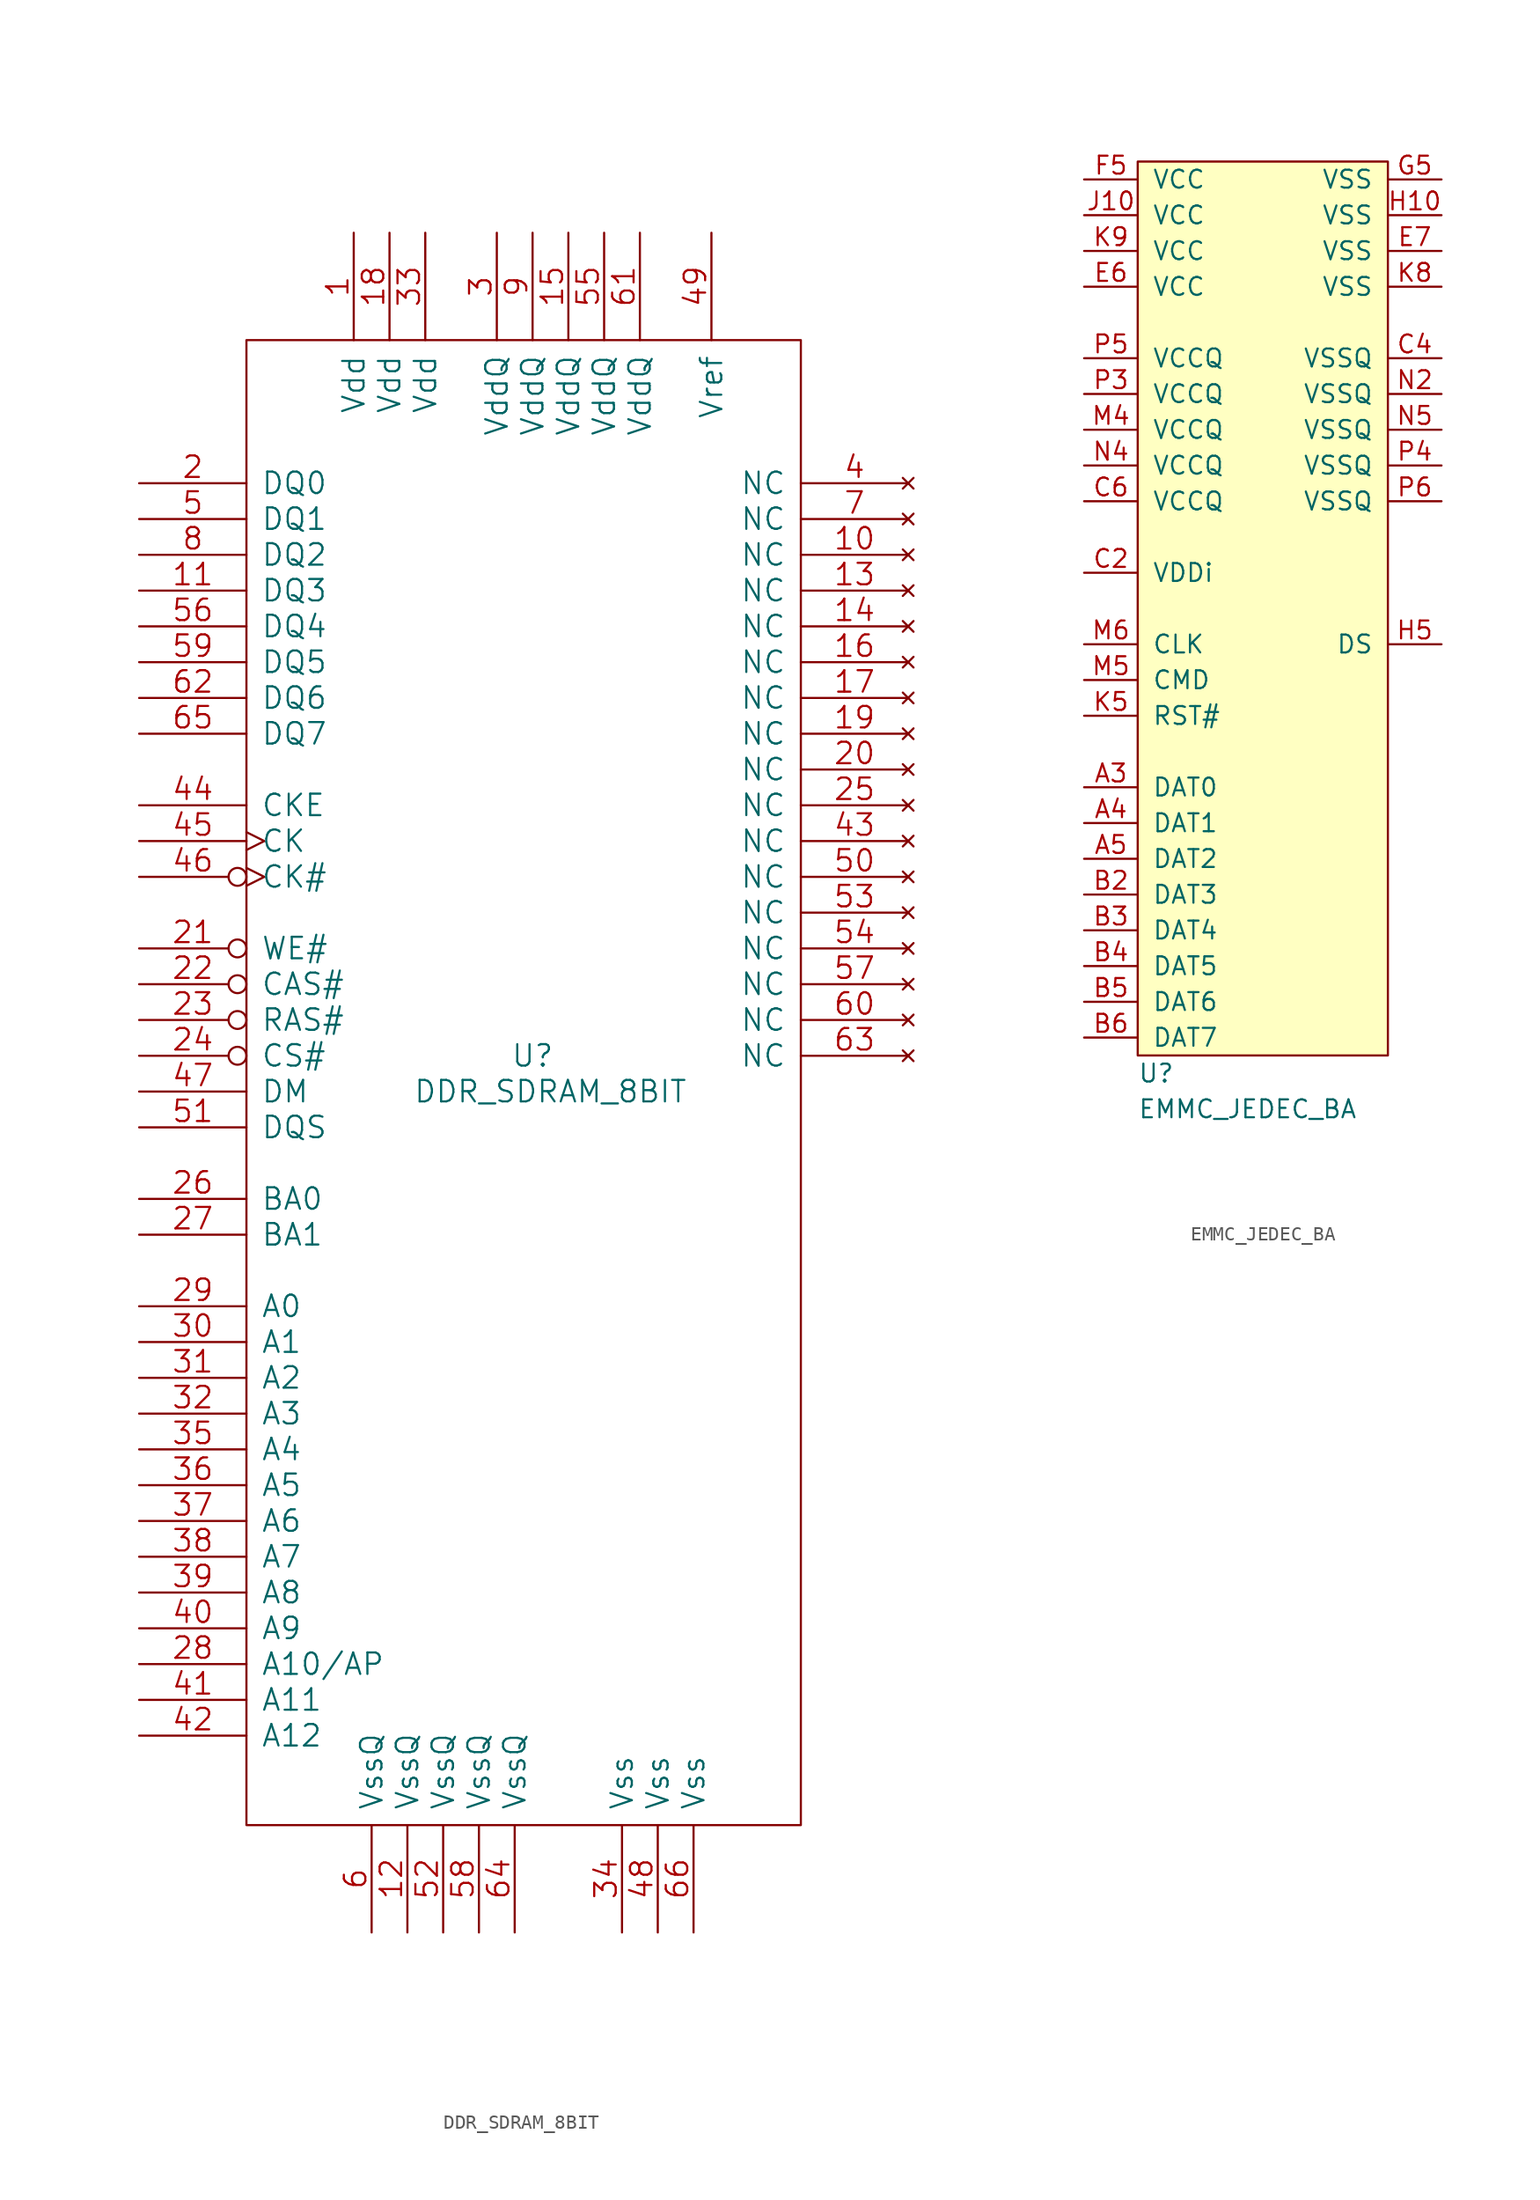
<source format=kicad_sym>
(kicad_symbol_lib
  (version 20211014)
  (generator kicad_symbol_editor)
  (symbol "DDR_SDRAM_8BIT"
    (pin_names
      (offset 1.016))
    (property "Reference" "U"
      (at -7.62 20.32 0)
      (effects (font (size 1.524 1.524))))
    (property "Value" "DDR_SDRAM_8BIT"
      (at -6.35 17.78 0)
      (effects (font (size 1.524 1.524))))
    (property "Footprint" ""
      (at 0 0 0)
      (effects (font (size 1.524 1.524))))
    (property "Datasheet" ""
      (at 0 0 0)
      (effects (font (size 1.524 1.524))))
    (symbol "DDR_SDRAM_8BIT_0_1"
      (rectangle (start -27.94 71.12) (end 11.43 -34.29) (stroke (width 0) (type default) (color 0 0 0 0)) (fill (type none))))
    (symbol "DDR_SDRAM_8BIT_1_1"
      (pin power_in line (at -20.32 78.74 270) (length 7.62) (name "Vdd" (effects (font (size 1.524 1.524)))) (number "1" (effects (font (size 1.524 1.524)))))
      (pin no_connect line (at 19.05 55.88 180) (length 7.62) (name "NC" (effects (font (size 1.524 1.524)))) (number "10" (effects (font (size 1.524 1.524)))))
      (pin bidirectional line (at -35.56 53.34 0) (length 7.62) (name "DQ3" (effects (font (size 1.524 1.524)))) (number "11" (effects (font (size 1.524 1.524)))))
      (pin power_in line (at -16.51 -41.91 90) (length 7.62) (name "VssQ" (effects (font (size 1.524 1.524)))) (number "12" (effects (font (size 1.524 1.524)))))
      (pin no_connect line (at 19.05 53.34 180) (length 7.62) (name "NC" (effects (font (size 1.524 1.524)))) (number "13" (effects (font (size 1.524 1.524)))))
      (pin no_connect line (at 19.05 50.8 180) (length 7.62) (name "NC" (effects (font (size 1.524 1.524)))) (number "14" (effects (font (size 1.524 1.524)))))
      (pin power_in line (at -5.08 78.74 270) (length 7.62) (name "VddQ" (effects (font (size 1.524 1.524)))) (number "15" (effects (font (size 1.524 1.524)))))
      (pin no_connect line (at 19.05 48.26 180) (length 7.62) (name "NC" (effects (font (size 1.524 1.524)))) (number "16" (effects (font (size 1.524 1.524)))))
      (pin no_connect line (at 19.05 45.72 180) (length 7.62) (name "NC" (effects (font (size 1.524 1.524)))) (number "17" (effects (font (size 1.524 1.524)))))
      (pin power_in line (at -17.78 78.74 270) (length 7.62) (name "Vdd" (effects (font (size 1.524 1.524)))) (number "18" (effects (font (size 1.524 1.524)))))
      (pin no_connect line (at 19.05 43.18 180) (length 7.62) (name "NC" (effects (font (size 1.524 1.524)))) (number "19" (effects (font (size 1.524 1.524)))))
      (pin bidirectional line (at -35.56 60.96 0) (length 7.62) (name "DQ0" (effects (font (size 1.524 1.524)))) (number "2" (effects (font (size 1.524 1.524)))))
      (pin no_connect line (at 19.05 40.64 180) (length 7.62) (name "NC" (effects (font (size 1.524 1.524)))) (number "20" (effects (font (size 1.524 1.524)))))
      (pin input inverted (at -35.56 27.94 0) (length 7.62) (name "WE#" (effects (font (size 1.524 1.524)))) (number "21" (effects (font (size 1.524 1.524)))))
      (pin input inverted (at -35.56 25.4 0) (length 7.62) (name "CAS#" (effects (font (size 1.524 1.524)))) (number "22" (effects (font (size 1.524 1.524)))))
      (pin input inverted (at -35.56 22.86 0) (length 7.62) (name "RAS#" (effects (font (size 1.524 1.524)))) (number "23" (effects (font (size 1.524 1.524)))))
      (pin input inverted (at -35.56 20.32 0) (length 7.62) (name "CS#" (effects (font (size 1.524 1.524)))) (number "24" (effects (font (size 1.524 1.524)))))
      (pin no_connect line (at 19.05 38.1 180) (length 7.62) (name "NC" (effects (font (size 1.524 1.524)))) (number "25" (effects (font (size 1.524 1.524)))))
      (pin input line (at -35.56 10.16 0) (length 7.62) (name "BA0" (effects (font (size 1.524 1.524)))) (number "26" (effects (font (size 1.524 1.524)))))
      (pin input line (at -35.56 7.62 0) (length 7.62) (name "BA1" (effects (font (size 1.524 1.524)))) (number "27" (effects (font (size 1.524 1.524)))))
      (pin input line (at -35.56 -22.86 0) (length 7.62) (name "A10/AP" (effects (font (size 1.524 1.524)))) (number "28" (effects (font (size 1.524 1.524)))))
      (pin input line (at -35.56 2.54 0) (length 7.62) (name "A0" (effects (font (size 1.524 1.524)))) (number "29" (effects (font (size 1.524 1.524)))))
      (pin power_in line (at -10.16 78.74 270) (length 7.62) (name "VddQ" (effects (font (size 1.524 1.524)))) (number "3" (effects (font (size 1.524 1.524)))))
      (pin input line (at -35.56 0 0) (length 7.62) (name "A1" (effects (font (size 1.524 1.524)))) (number "30" (effects (font (size 1.524 1.524)))))
      (pin input line (at -35.56 -2.54 0) (length 7.62) (name "A2" (effects (font (size 1.524 1.524)))) (number "31" (effects (font (size 1.524 1.524)))))
      (pin input line (at -35.56 -5.08 0) (length 7.62) (name "A3" (effects (font (size 1.524 1.524)))) (number "32" (effects (font (size 1.524 1.524)))))
      (pin power_in line (at -15.24 78.74 270) (length 7.62) (name "Vdd" (effects (font (size 1.524 1.524)))) (number "33" (effects (font (size 1.524 1.524)))))
      (pin power_in line (at -1.27 -41.91 90) (length 7.62) (name "Vss" (effects (font (size 1.524 1.524)))) (number "34" (effects (font (size 1.524 1.524)))))
      (pin input line (at -35.56 -7.62 0) (length 7.62) (name "A4" (effects (font (size 1.524 1.524)))) (number "35" (effects (font (size 1.524 1.524)))))
      (pin input line (at -35.56 -10.16 0) (length 7.62) (name "A5" (effects (font (size 1.524 1.524)))) (number "36" (effects (font (size 1.524 1.524)))))
      (pin input line (at -35.56 -12.7 0) (length 7.62) (name "A6" (effects (font (size 1.524 1.524)))) (number "37" (effects (font (size 1.524 1.524)))))
      (pin input line (at -35.56 -15.24 0) (length 7.62) (name "A7" (effects (font (size 1.524 1.524)))) (number "38" (effects (font (size 1.524 1.524)))))
      (pin input line (at -35.56 -17.78 0) (length 7.62) (name "A8" (effects (font (size 1.524 1.524)))) (number "39" (effects (font (size 1.524 1.524)))))
      (pin no_connect line (at 19.05 60.96 180) (length 7.62) (name "NC" (effects (font (size 1.524 1.524)))) (number "4" (effects (font (size 1.524 1.524)))))
      (pin input line (at -35.56 -20.32 0) (length 7.62) (name "A9" (effects (font (size 1.524 1.524)))) (number "40" (effects (font (size 1.524 1.524)))))
      (pin input line (at -35.56 -25.4 0) (length 7.62) (name "A11" (effects (font (size 1.524 1.524)))) (number "41" (effects (font (size 1.524 1.524)))))
      (pin input line (at -35.56 -27.94 0) (length 7.62) (name "A12" (effects (font (size 1.524 1.524)))) (number "42" (effects (font (size 1.524 1.524)))))
      (pin no_connect line (at 19.05 35.56 180) (length 7.62) (name "NC" (effects (font (size 1.524 1.524)))) (number "43" (effects (font (size 1.524 1.524)))))
      (pin input line (at -35.56 38.1 0) (length 7.62) (name "CKE" (effects (font (size 1.524 1.524)))) (number "44" (effects (font (size 1.524 1.524)))))
      (pin input clock (at -35.56 35.56 0) (length 7.62) (name "CK" (effects (font (size 1.524 1.524)))) (number "45" (effects (font (size 1.524 1.524)))))
      (pin input inverted_clock (at -35.56 33.02 0) (length 7.62) (name "CK#" (effects (font (size 1.524 1.524)))) (number "46" (effects (font (size 1.524 1.524)))))
      (pin input line (at -35.56 17.78 0) (length 7.62) (name "DM" (effects (font (size 1.524 1.524)))) (number "47" (effects (font (size 1.524 1.524)))))
      (pin power_in line (at 1.27 -41.91 90) (length 7.62) (name "Vss" (effects (font (size 1.524 1.524)))) (number "48" (effects (font (size 1.524 1.524)))))
      (pin power_in line (at 5.08 78.74 270) (length 7.62) (name "Vref" (effects (font (size 1.524 1.524)))) (number "49" (effects (font (size 1.524 1.524)))))
      (pin bidirectional line (at -35.56 58.42 0) (length 7.62) (name "DQ1" (effects (font (size 1.524 1.524)))) (number "5" (effects (font (size 1.524 1.524)))))
      (pin no_connect line (at 19.05 33.02 180) (length 7.62) (name "NC" (effects (font (size 1.524 1.524)))) (number "50" (effects (font (size 1.524 1.524)))))
      (pin input line (at -35.56 15.24 0) (length 7.62) (name "DQS" (effects (font (size 1.524 1.524)))) (number "51" (effects (font (size 1.524 1.524)))))
      (pin power_in line (at -13.97 -41.91 90) (length 7.62) (name "VssQ" (effects (font (size 1.524 1.524)))) (number "52" (effects (font (size 1.524 1.524)))))
      (pin no_connect line (at 19.05 30.48 180) (length 7.62) (name "NC" (effects (font (size 1.524 1.524)))) (number "53" (effects (font (size 1.524 1.524)))))
      (pin no_connect line (at 19.05 27.94 180) (length 7.62) (name "NC" (effects (font (size 1.524 1.524)))) (number "54" (effects (font (size 1.524 1.524)))))
      (pin power_in line (at -2.54 78.74 270) (length 7.62) (name "VddQ" (effects (font (size 1.524 1.524)))) (number "55" (effects (font (size 1.524 1.524)))))
      (pin bidirectional line (at -35.56 50.8 0) (length 7.62) (name "DQ4" (effects (font (size 1.524 1.524)))) (number "56" (effects (font (size 1.524 1.524)))))
      (pin no_connect line (at 19.05 25.4 180) (length 7.62) (name "NC" (effects (font (size 1.524 1.524)))) (number "57" (effects (font (size 1.524 1.524)))))
      (pin power_in line (at -11.43 -41.91 90) (length 7.62) (name "VssQ" (effects (font (size 1.524 1.524)))) (number "58" (effects (font (size 1.524 1.524)))))
      (pin input line (at -35.56 48.26 0) (length 7.62) (name "DQ5" (effects (font (size 1.524 1.524)))) (number "59" (effects (font (size 1.524 1.524)))))
      (pin power_in line (at -19.05 -41.91 90) (length 7.62) (name "VssQ" (effects (font (size 1.524 1.524)))) (number "6" (effects (font (size 1.524 1.524)))))
      (pin no_connect line (at 19.05 22.86 180) (length 7.62) (name "NC" (effects (font (size 1.524 1.524)))) (number "60" (effects (font (size 1.524 1.524)))))
      (pin power_in line (at 0 78.74 270) (length 7.62) (name "VddQ" (effects (font (size 1.524 1.524)))) (number "61" (effects (font (size 1.524 1.524)))))
      (pin input line (at -35.56 45.72 0) (length 7.62) (name "DQ6" (effects (font (size 1.524 1.524)))) (number "62" (effects (font (size 1.524 1.524)))))
      (pin no_connect line (at 19.05 20.32 180) (length 7.62) (name "NC" (effects (font (size 1.524 1.524)))) (number "63" (effects (font (size 1.524 1.524)))))
      (pin power_in line (at -8.89 -41.91 90) (length 7.62) (name "VssQ" (effects (font (size 1.524 1.524)))) (number "64" (effects (font (size 1.524 1.524)))))
      (pin bidirectional line (at -35.56 43.18 0) (length 7.62) (name "DQ7" (effects (font (size 1.524 1.524)))) (number "65" (effects (font (size 1.524 1.524)))))
      (pin power_in line (at 3.81 -41.91 90) (length 7.62) (name "Vss" (effects (font (size 1.524 1.524)))) (number "66" (effects (font (size 1.524 1.524)))))
      (pin no_connect line (at 19.05 58.42 180) (length 7.62) (name "NC" (effects (font (size 1.524 1.524)))) (number "7" (effects (font (size 1.524 1.524)))))
      (pin bidirectional line (at -35.56 55.88 0) (length 7.62) (name "DQ2" (effects (font (size 1.524 1.524)))) (number "8" (effects (font (size 1.524 1.524)))))
      (pin power_in line (at -7.62 78.74 270) (length 7.62) (name "VddQ" (effects (font (size 1.524 1.524)))) (number "9" (effects (font (size 1.524 1.524)))))))
  (symbol "EMMC_JEDEC_BA"
    (pin_names
      (offset 1.016))
    (property "Reference" "U"
      (at 0 -1.27 0)
      (effects (font (size 1.27 1.27)) (justify left)))
    (property "Value" "EMMC_JEDEC_BA"
      (at 0 -3.81 0)
      (effects (font (size 1.27 1.27)) (justify left)))
    (symbol "EMMC_JEDEC_BA_0_1"
      (rectangle (start 0 63.5) (end 17.78 0) (stroke (width 0) (type default) (color 0 0 0 0)) (fill (type background))))
    (symbol "EMMC_JEDEC_BA_1_1"
      (pin bidirectional line (at -3.81 19.05 0) (length 3.81) (name "DAT0" (effects (font (size 1.27 1.27)))) (number "A3" (effects (font (size 1.27 1.27)))))
      (pin bidirectional line (at -3.81 16.51 0) (length 3.81) (name "DAT1" (effects (font (size 1.27 1.27)))) (number "A4" (effects (font (size 1.27 1.27)))))
      (pin bidirectional line (at -3.81 13.97 0) (length 3.81) (name "DAT2" (effects (font (size 1.27 1.27)))) (number "A5" (effects (font (size 1.27 1.27)))))
      (pin bidirectional line (at -3.81 11.43 0) (length 3.81) (name "DAT3" (effects (font (size 1.27 1.27)))) (number "B2" (effects (font (size 1.27 1.27)))))
      (pin bidirectional line (at -3.81 8.89 0) (length 3.81) (name "DAT4" (effects (font (size 1.27 1.27)))) (number "B3" (effects (font (size 1.27 1.27)))))
      (pin bidirectional line (at -3.81 6.35 0) (length 3.81) (name "DAT5" (effects (font (size 1.27 1.27)))) (number "B4" (effects (font (size 1.27 1.27)))))
      (pin bidirectional line (at -3.81 3.81 0) (length 3.81) (name "DAT6" (effects (font (size 1.27 1.27)))) (number "B5" (effects (font (size 1.27 1.27)))))
      (pin bidirectional line (at -3.81 1.27 0) (length 3.81) (name "DAT7" (effects (font (size 1.27 1.27)))) (number "B6" (effects (font (size 1.27 1.27)))))
      (pin passive line (at -3.81 34.29 0) (length 3.81) (name "VDDi" (effects (font (size 1.27 1.27)))) (number "C2" (effects (font (size 1.27 1.27)))))
      (pin power_in line (at 21.59 49.53 180) (length 3.81) (name "VSSQ" (effects (font (size 1.27 1.27)))) (number "C4" (effects (font (size 1.27 1.27)))))
      (pin power_in line (at -3.81 39.37 0) (length 3.81) (name "VCCQ" (effects (font (size 1.27 1.27)))) (number "C6" (effects (font (size 1.27 1.27)))))
      (pin power_in line (at -3.81 54.61 0) (length 3.81) (name "VCC" (effects (font (size 1.27 1.27)))) (number "E6" (effects (font (size 1.27 1.27)))))
      (pin power_in line (at 21.59 57.15 180) (length 3.81) (name "VSS" (effects (font (size 1.27 1.27)))) (number "E7" (effects (font (size 1.27 1.27)))))
      (pin power_in line (at -3.81 62.23 0) (length 3.81) (name "VCC" (effects (font (size 1.27 1.27)))) (number "F5" (effects (font (size 1.27 1.27)))))
      (pin power_in line (at 21.59 62.23 180) (length 3.81) (name "VSS" (effects (font (size 1.27 1.27)))) (number "G5" (effects (font (size 1.27 1.27)))))
      (pin power_in line (at 21.59 59.69 180) (length 3.81) (name "VSS" (effects (font (size 1.27 1.27)))) (number "H10" (effects (font (size 1.27 1.27)))))
      (pin output line (at 21.59 29.21 180) (length 3.81) (name "DS" (effects (font (size 1.27 1.27)))) (number "H5" (effects (font (size 1.27 1.27)))))
      (pin power_in line (at -3.81 59.69 0) (length 3.81) (name "VCC" (effects (font (size 1.27 1.27)))) (number "J10" (effects (font (size 1.27 1.27)))))
      (pin input line (at -3.81 24.13 0) (length 3.81) (name "RST#" (effects (font (size 1.27 1.27)))) (number "K5" (effects (font (size 1.27 1.27)))))
      (pin power_in line (at 21.59 54.61 180) (length 3.81) (name "VSS" (effects (font (size 1.27 1.27)))) (number "K8" (effects (font (size 1.27 1.27)))))
      (pin power_in line (at -3.81 57.15 0) (length 3.81) (name "VCC" (effects (font (size 1.27 1.27)))) (number "K9" (effects (font (size 1.27 1.27)))))
      (pin power_in line (at -3.81 44.45 0) (length 3.81) (name "VCCQ" (effects (font (size 1.27 1.27)))) (number "M4" (effects (font (size 1.27 1.27)))))
      (pin input line (at -3.81 26.67 0) (length 3.81) (name "CMD" (effects (font (size 1.27 1.27)))) (number "M5" (effects (font (size 1.27 1.27)))))
      (pin input line (at -3.81 29.21 0) (length 3.81) (name "CLK" (effects (font (size 1.27 1.27)))) (number "M6" (effects (font (size 1.27 1.27)))))
      (pin power_in line (at 21.59 46.99 180) (length 3.81) (name "VSSQ" (effects (font (size 1.27 1.27)))) (number "N2" (effects (font (size 1.27 1.27)))))
      (pin power_in line (at -3.81 41.91 0) (length 3.81) (name "VCCQ" (effects (font (size 1.27 1.27)))) (number "N4" (effects (font (size 1.27 1.27)))))
      (pin power_in line (at 21.59 44.45 180) (length 3.81) (name "VSSQ" (effects (font (size 1.27 1.27)))) (number "N5" (effects (font (size 1.27 1.27)))))
      (pin power_in line (at -3.81 46.99 0) (length 3.81) (name "VCCQ" (effects (font (size 1.27 1.27)))) (number "P3" (effects (font (size 1.27 1.27)))))
      (pin power_in line (at 21.59 41.91 180) (length 3.81) (name "VSSQ" (effects (font (size 1.27 1.27)))) (number "P4" (effects (font (size 1.27 1.27)))))
      (pin power_in line (at -3.81 49.53 0) (length 3.81) (name "VCCQ" (effects (font (size 1.27 1.27)))) (number "P5" (effects (font (size 1.27 1.27)))))
      (pin power_in line (at 21.59 39.37 180) (length 3.81) (name "VSSQ" (effects (font (size 1.27 1.27)))) (number "P6" (effects (font (size 1.27 1.27))))))))
</source>
